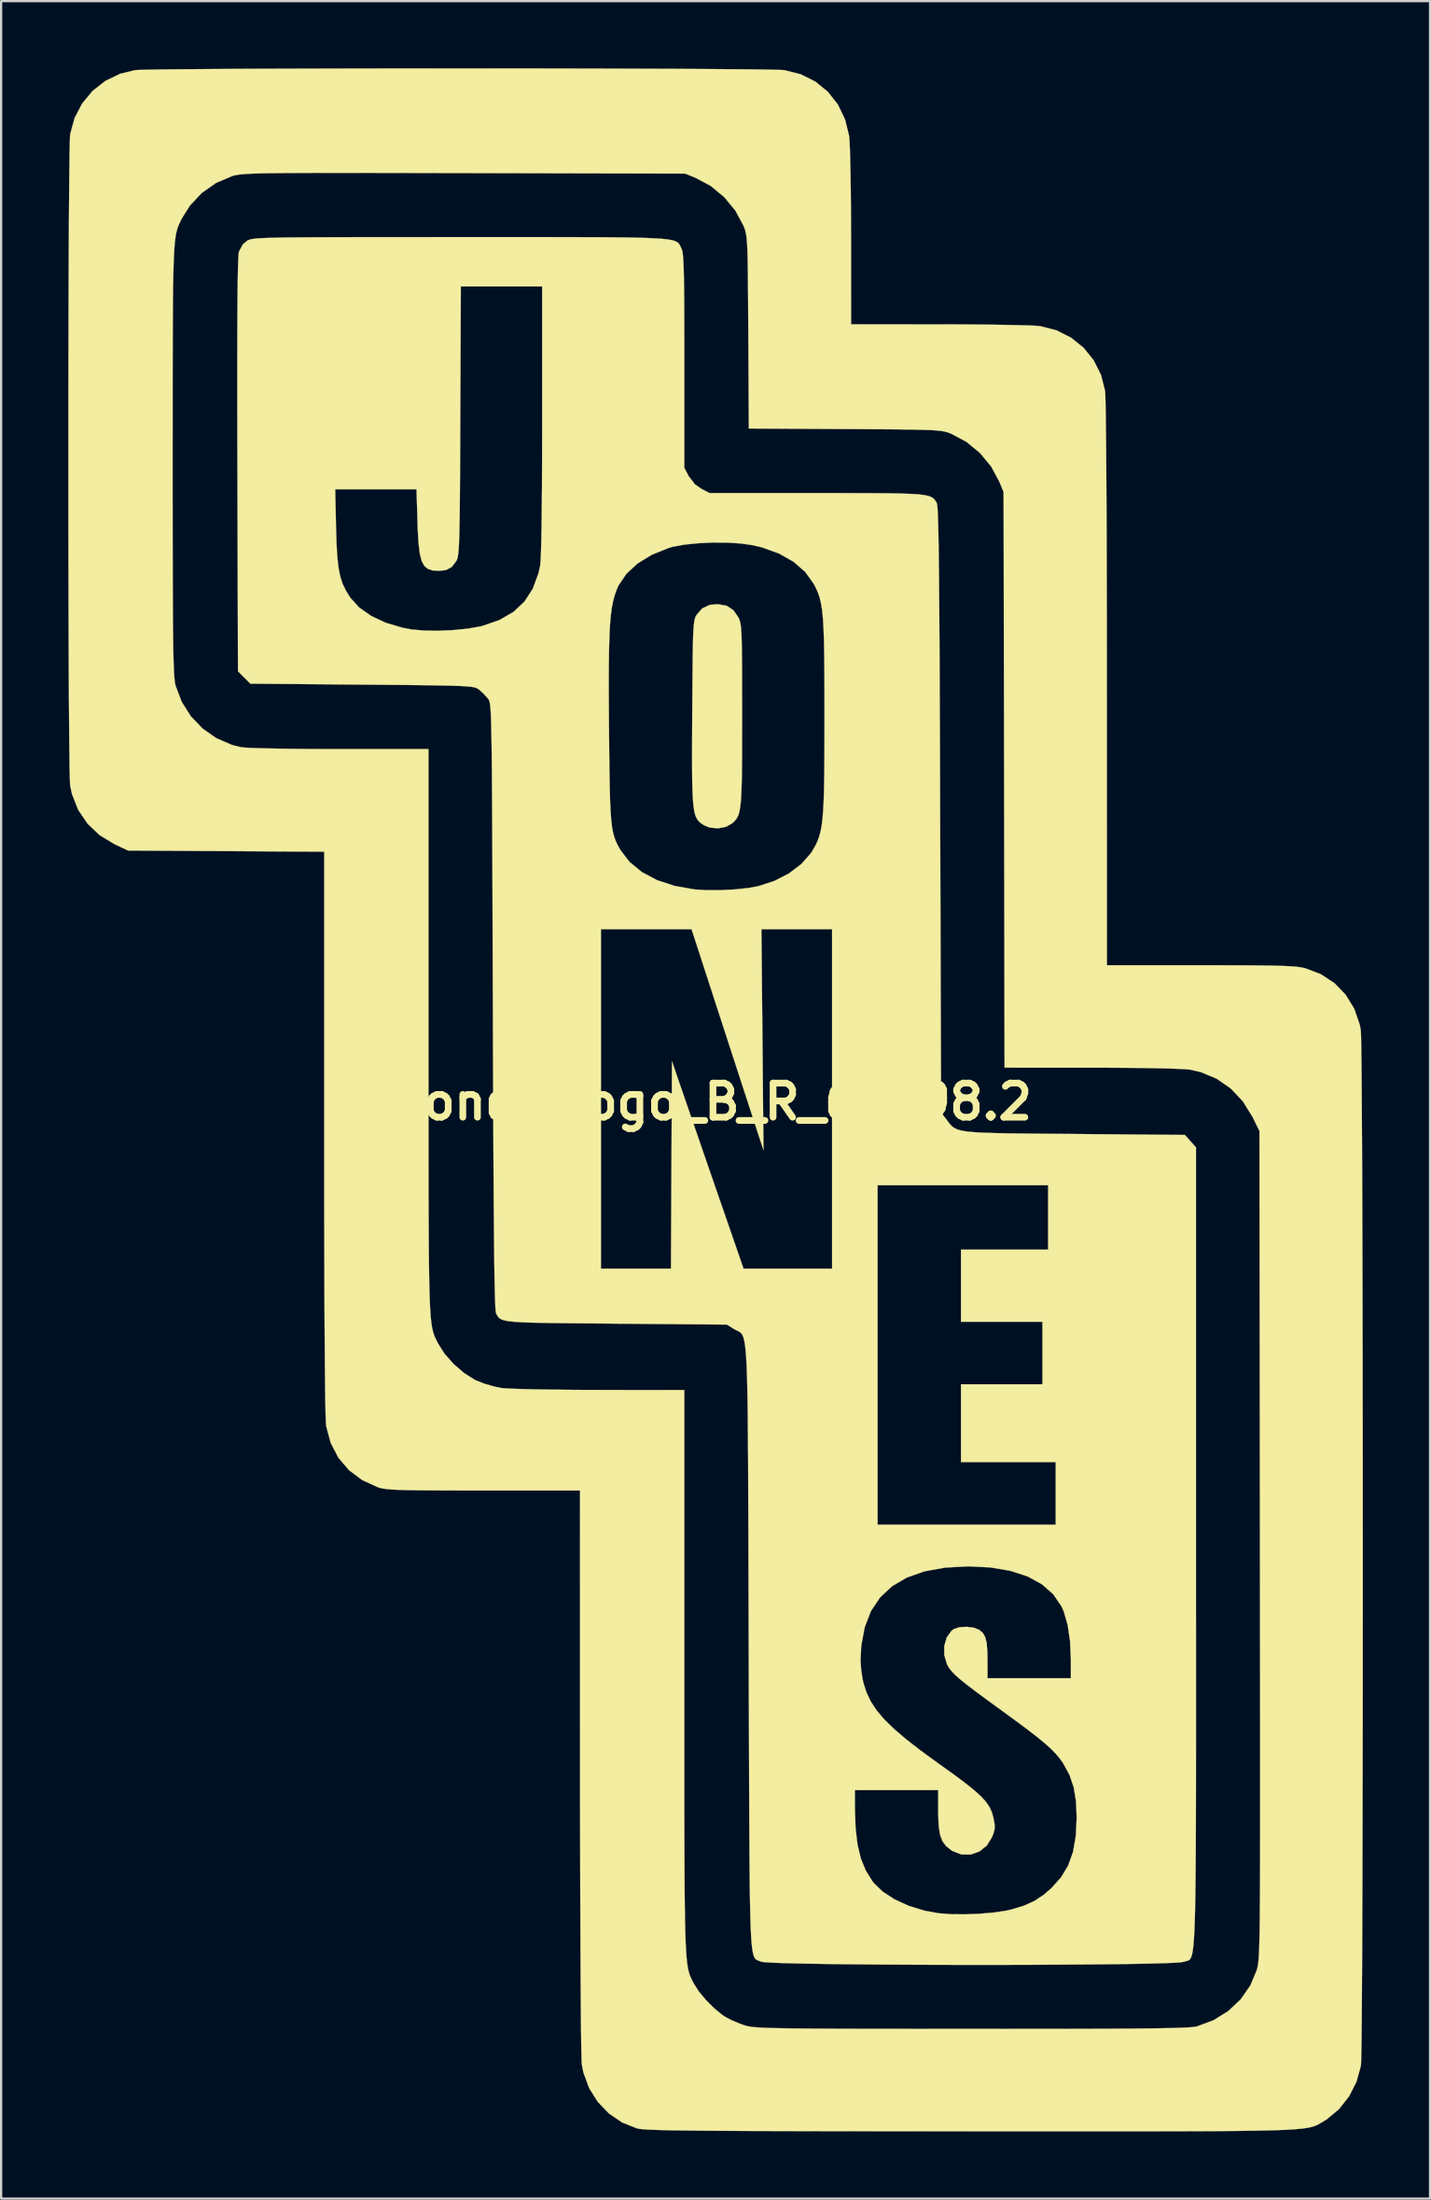
<source format=kicad_pcb>
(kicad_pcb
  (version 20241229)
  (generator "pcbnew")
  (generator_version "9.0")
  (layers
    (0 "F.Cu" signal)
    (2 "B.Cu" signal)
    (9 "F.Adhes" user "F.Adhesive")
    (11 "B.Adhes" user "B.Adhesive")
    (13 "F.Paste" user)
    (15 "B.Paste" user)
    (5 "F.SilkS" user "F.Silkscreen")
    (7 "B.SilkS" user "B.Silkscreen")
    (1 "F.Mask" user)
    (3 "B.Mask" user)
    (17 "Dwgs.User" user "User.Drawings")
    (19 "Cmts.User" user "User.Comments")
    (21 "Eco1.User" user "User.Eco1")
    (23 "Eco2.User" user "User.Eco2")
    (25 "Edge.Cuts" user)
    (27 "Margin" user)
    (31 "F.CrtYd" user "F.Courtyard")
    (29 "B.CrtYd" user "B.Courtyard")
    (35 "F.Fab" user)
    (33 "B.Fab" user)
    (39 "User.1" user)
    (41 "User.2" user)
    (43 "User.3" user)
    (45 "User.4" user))
  (footprint "Jones_logo_B_R_60x98.2"
    (layer "F.Cu")
    (at 28.876 46.145)
    (property "Reference" "Jones_logo_B_R_60x98.2" (at 0 0 0) (layer "F.SilkS") (effects (font (size 1.524 1.524) (thickness 0.3))))
    (attr through_hole)
    (fp_poly (pts (xy 0.536 -22.148) (xy 0.84 -21.95) (xy 1.067 -21.618) (xy 1.104 -21.534) (xy 1.135 -21.438) (xy 1.161 -21.313) (xy 1.181 -21.144) (xy 1.197 -20.915) (xy 1.208 -20.612) (xy 1.217 -20.219) (xy 1.222 -19.721) (xy 1.226 -19.102) (xy 1.227 -18.347) (xy 1.228 -17.441) (xy 1.228 -17.272) (xy 1.227 -16.292) (xy 1.225 -15.466) (xy 1.22 -14.78) (xy 1.21 -14.219) (xy 1.194 -13.768) (xy 1.172 -13.413) (xy 1.141 -13.139) (xy 1.101 -12.93) (xy 1.05 -12.773) (xy 0.987 -12.652) (xy 0.91 -12.552) (xy 0.819 -12.46) (xy 0.805 -12.446) (xy 0.516 -12.279) (xy 0.154 -12.209) (xy -0.217 -12.243) (xy -0.477 -12.349) (xy -0.596 -12.428) (xy -0.695 -12.511) (xy -0.778 -12.613) (xy -0.846 -12.748) (xy -0.899 -12.931) (xy -0.94 -13.175) (xy -0.969 -13.494) (xy -0.989 -13.904) (xy -1.001 -14.417) (xy -1.006 -15.049) (xy -1.006 -15.813) (xy -1.002 -16.723) (xy -0.998 -17.357) (xy -0.992 -18.3) (xy -0.986 -19.088) (xy -0.98 -19.738) (xy -0.972 -20.263) (xy -0.962 -20.678) (xy -0.949 -20.999) (xy -0.933 -21.24) (xy -0.913 -21.417) (xy -0.889 -21.544) (xy -0.86 -21.636) (xy -0.825 -21.709) (xy -0.811 -21.732) (xy -0.556 -22.027) (xy -0.222 -22.184) (xy 0.135 -22.217) (xy 0.536 -22.148)) (stroke (width 0.01) (type solid)) (fill yes) (layer "F.SilkS"))
    (fp_poly (pts (xy -10.596 -46.14) (xy -9.227 -46.139) (xy -7.875 -46.138) (xy -6.551 -46.135) (xy -5.266 -46.133) (xy -4.032 -46.129) (xy -2.858 -46.125) (xy -1.757 -46.121) (xy -0.739 -46.115) (xy 0.184 -46.109) (xy 1.003 -46.103) (xy 1.705 -46.096) (xy 2.281 -46.088) (xy 2.718 -46.079) (xy 3.007 -46.07) (xy 3.126 -46.061) (xy 3.857 -45.875) (xy 4.507 -45.548) (xy 5.061 -45.094) (xy 5.506 -44.528) (xy 5.827 -43.863) (xy 6.007 -43.135) (xy 6.025 -42.926) (xy 6.042 -42.568) (xy 6.057 -42.08) (xy 6.07 -41.482) (xy 6.081 -40.794) (xy 6.088 -40.036) (xy 6.093 -39.227) (xy 6.094 -38.629) (xy 6.096 -34.713) (xy 10.054 -34.712) (xy 10.878 -34.71) (xy 11.666 -34.705) (xy 12.4 -34.697) (xy 13.059 -34.687) (xy 13.624 -34.675) (xy 14.075 -34.661) (xy 14.393 -34.647) (xy 14.541 -34.633) (xy 15.269 -34.447) (xy 15.922 -34.12) (xy 16.483 -33.668) (xy 16.935 -33.108) (xy 17.261 -32.458) (xy 17.444 -31.744) (xy 17.454 -31.591) (xy 17.463 -31.277) (xy 17.472 -30.81) (xy 17.481 -30.199) (xy 17.488 -29.451) (xy 17.496 -28.575) (xy 17.502 -27.58) (xy 17.508 -26.473) (xy 17.513 -25.263) (xy 17.517 -23.958) (xy 17.52 -22.567) (xy 17.523 -21.097) (xy 17.524 -19.556) (xy 17.524 -18.648) (xy 17.526 -6.096) (xy 21.699 -6.096) (xy 22.682 -6.095) (xy 23.51 -6.093) (xy 24.199 -6.088) (xy 24.765 -6.081) (xy 25.221 -6.071) (xy 25.583 -6.057) (xy 25.867 -6.04) (xy 26.086 -6.018) (xy 26.258 -5.991) (xy 26.377 -5.965) (xy 27.081 -5.698) (xy 27.691 -5.298) (xy 28.193 -4.779) (xy 28.574 -4.158) (xy 28.82 -3.449) (xy 28.867 -3.21) (xy 28.875 -3.072) (xy 28.884 -2.773) (xy 28.891 -2.322) (xy 28.899 -1.728) (xy 28.906 -0.999) (xy 28.912 -0.143) (xy 28.918 0.831) (xy 28.924 1.914) (xy 28.929 3.098) (xy 28.934 4.374) (xy 28.938 5.734) (xy 28.942 7.169) (xy 28.946 8.67) (xy 28.949 10.23) (xy 28.951 11.838) (xy 28.953 13.488) (xy 28.955 15.17) (xy 28.956 16.875) (xy 28.957 18.596) (xy 28.958 20.323) (xy 28.958 22.048) (xy 28.957 23.762) (xy 28.956 25.458) (xy 28.955 27.125) (xy 28.953 28.757) (xy 28.95 30.343) (xy 28.948 31.877) (xy 28.944 33.348) (xy 28.941 34.748) (xy 28.936 36.07) (xy 28.932 37.304) (xy 28.927 38.441) (xy 28.921 39.474) (xy 28.915 40.394) (xy 28.909 41.191) (xy 28.902 41.858) (xy 28.894 42.386) (xy 28.886 42.767) (xy 28.878 42.991) (xy 28.873 43.043) (xy 28.679 43.75) (xy 28.348 44.404) (xy 27.901 44.973) (xy 27.359 45.427) (xy 27.226 45.509) (xy 27.13 45.567) (xy 27.042 45.62) (xy 26.956 45.668) (xy 26.862 45.712) (xy 26.755 45.751) (xy 26.625 45.786) (xy 26.466 45.817) (xy 26.269 45.845) (xy 26.028 45.869) (xy 25.733 45.89) (xy 25.378 45.908) (xy 24.955 45.923) (xy 24.457 45.935) (xy 23.874 45.945) (xy 23.201 45.954) (xy 22.429 45.96) (xy 21.55 45.964) (xy 20.557 45.967) (xy 19.442 45.969) (xy 18.197 45.97) (xy 16.816 45.97) (xy 15.289 45.97) (xy 13.61 45.969) (xy 11.77 45.969) (xy 11.433 45.968) (xy 9.564 45.968) (xy 7.856 45.966) (xy 6.303 45.965) (xy 4.897 45.963) (xy 3.631 45.96) (xy 2.499 45.957) (xy 1.491 45.954) (xy 0.602 45.949) (xy -0.176 45.944) (xy -0.85 45.938) (xy -1.429 45.931) (xy -1.918 45.924) (xy -2.326 45.915) (xy -2.659 45.905) (xy -2.926 45.894) (xy -3.132 45.882) (xy -3.287 45.869) (xy -3.396 45.854) (xy -3.456 45.842) (xy -4.128 45.576) (xy -4.722 45.173) (xy -5.221 44.653) (xy -5.607 44.036) (xy -5.861 43.344) (xy -5.931 42.989) (xy -5.941 42.842) (xy -5.949 42.536) (xy -5.958 42.079) (xy -5.966 41.48) (xy -5.973 40.751) (xy -5.98 39.899) (xy -5.986 38.934) (xy -5.992 37.865) (xy -5.997 36.703) (xy -6.001 35.456) (xy -6.005 34.134) (xy -6.007 32.746) (xy -6.009 31.302) (xy -6.01 29.909) (xy -6.011 17.357) (xy -10.314 17.357) (xy -11.295 17.356) (xy -12.121 17.354) (xy -12.807 17.351) (xy -13.369 17.345) (xy -13.821 17.337) (xy -14.178 17.325) (xy -14.456 17.31) (xy -14.668 17.291) (xy -14.83 17.267) (xy -14.956 17.239) (xy -15.034 17.215) (xy -15.742 16.892) (xy -16.336 16.447) (xy -16.809 15.89) (xy -17.151 15.234) (xy -17.351 14.489) (xy -17.353 14.478) (xy -17.366 14.305) (xy -17.379 13.965) (xy -17.39 13.46) (xy -17.4 12.791) (xy -17.409 11.96) (xy -17.417 10.969) (xy -17.424 9.82) (xy -17.43 8.515) (xy -17.434 7.056) (xy -17.438 5.445) (xy -17.44 3.683) (xy -17.441 1.773) (xy -17.441 1.381) (xy -17.441 -11.166) (xy -26.204 -11.218) (xy -26.807 -11.501) (xy -27.469 -11.9) (xy -28.014 -12.416) (xy -28.431 -13.033) (xy -28.708 -13.736) (xy -28.79 -14.112) (xy -28.8 -14.259) (xy -28.809 -14.565) (xy -28.818 -15.017) (xy -28.826 -15.607) (xy -28.834 -16.322) (xy -28.84 -17.152) (xy -28.847 -18.085) (xy -28.852 -19.112) (xy -28.857 -20.22) (xy -28.861 -21.399) (xy -28.864 -22.638) (xy -28.867 -23.927) (xy -28.869 -25.254) (xy -28.87 -26.607) (xy -28.871 -27.978) (xy -28.871 -28.656) (xy -24.214 -28.656) (xy -24.214 -27.155) (xy -24.213 -25.814) (xy -24.212 -24.624) (xy -24.21 -23.574) (xy -24.207 -22.657) (xy -24.203 -21.861) (xy -24.198 -21.179) (xy -24.191 -20.6) (xy -24.183 -20.116) (xy -24.174 -19.716) (xy -24.163 -19.391) (xy -24.15 -19.132) (xy -24.136 -18.93) (xy -24.119 -18.775) (xy -24.101 -18.658) (xy -24.085 -18.587) (xy -23.813 -17.865) (xy -23.406 -17.219) (xy -22.882 -16.669) (xy -22.262 -16.234) (xy -21.567 -15.933) (xy -21.17 -15.833) (xy -20.983 -15.814) (xy -20.643 -15.797) (xy -20.165 -15.782) (xy -19.566 -15.769) (xy -18.861 -15.759) (xy -18.066 -15.752) (xy -17.198 -15.748) (xy -16.752 -15.748) (xy -12.785 -15.748) (xy -12.784 -3.111) (xy -12.784 -1.376) (xy -12.783 0.199) (xy -12.783 1.621) (xy -12.782 2.899) (xy -12.78 4.041) (xy -12.778 5.055) (xy -12.773 5.95) (xy -12.768 6.735) (xy -12.76 7.416) (xy -12.75 8.004) (xy -12.738 8.506) (xy -12.724 8.931) (xy -12.706 9.286) (xy -12.685 9.581) (xy -12.661 9.823) (xy -12.633 10.021) (xy -12.601 10.184) (xy -12.565 10.32) (xy -12.525 10.436) (xy -12.48 10.542) (xy -12.43 10.646) (xy -12.374 10.756) (xy -12.35 10.805) (xy -12.06 11.259) (xy -11.659 11.711) (xy -11.195 12.112) (xy -10.719 12.413) (xy -10.655 12.444) (xy -10.267 12.595) (xy -9.824 12.721) (xy -9.525 12.781) (xy -9.315 12.799) (xy -8.957 12.815) (xy -8.471 12.831) (xy -7.877 12.844) (xy -7.196 12.854) (xy -6.449 12.862) (xy -5.656 12.867) (xy -5.144 12.868) (xy -1.355 12.869) (xy -1.355 25.467) (xy -1.355 27.205) (xy -1.355 28.782) (xy -1.354 30.207) (xy -1.354 31.487) (xy -1.352 32.631) (xy -1.349 33.647) (xy -1.345 34.544) (xy -1.339 35.33) (xy -1.331 36.014) (xy -1.322 36.603) (xy -1.31 37.106) (xy -1.295 37.531) (xy -1.277 37.887) (xy -1.256 38.182) (xy -1.232 38.424) (xy -1.204 38.622) (xy -1.172 38.784) (xy -1.136 38.918) (xy -1.095 39.033) (xy -1.05 39.137) (xy -1 39.238) (xy -0.944 39.345) (xy -0.922 39.388) (xy -0.701 39.731) (xy -0.385 40.11) (xy -0.023 40.473) (xy 0.335 40.768) (xy 0.49 40.87) (xy 0.788 41.022) (xy 1.146 41.171) (xy 1.338 41.239) (xy 1.419 41.262) (xy 1.512 41.284) (xy 1.627 41.302) (xy 1.774 41.319) (xy 1.961 41.333) (xy 2.199 41.346) (xy 2.496 41.357) (xy 2.864 41.366) (xy 3.31 41.373) (xy 3.846 41.379) (xy 4.48 41.384) (xy 5.222 41.388) (xy 6.082 41.391) (xy 7.069 41.393) (xy 8.193 41.394) (xy 9.463 41.395) (xy 10.89 41.396) (xy 11.472 41.396) (xy 13.013 41.397) (xy 14.392 41.396) (xy 15.619 41.395) (xy 16.703 41.392) (xy 17.651 41.389) (xy 18.473 41.384) (xy 19.177 41.378) (xy 19.771 41.371) (xy 20.264 41.362) (xy 20.665 41.352) (xy 20.982 41.34) (xy 21.224 41.327) (xy 21.399 41.312) (xy 21.515 41.294) (xy 21.548 41.287) (xy 22.293 41.008) (xy 22.951 40.599) (xy 23.504 40.077) (xy 23.935 39.458) (xy 24.217 38.788) (xy 24.236 38.723) (xy 24.253 38.654) (xy 24.27 38.575) (xy 24.284 38.479) (xy 24.298 38.359) (xy 24.31 38.208) (xy 24.321 38.02) (xy 24.331 37.787) (xy 24.339 37.504) (xy 24.347 37.162) (xy 24.353 36.755) (xy 24.359 36.277) (xy 24.363 35.72) (xy 24.367 35.077) (xy 24.37 34.343) (xy 24.372 33.509) (xy 24.373 32.57) (xy 24.374 31.518) (xy 24.374 30.347) (xy 24.374 29.05) (xy 24.373 27.619) (xy 24.371 26.048) (xy 24.369 24.331) (xy 24.367 22.46) (xy 24.365 20.429) (xy 24.364 19.765) (xy 24.342 1.304) (xy 24.027 0.667) (xy 23.599 -0.022) (xy 23.062 -0.592) (xy 22.43 -1.03) (xy 21.718 -1.327) (xy 21.251 -1.433) (xy 21.033 -1.455) (xy 20.66 -1.473) (xy 20.148 -1.49) (xy 19.513 -1.503) (xy 18.769 -1.513) (xy 17.932 -1.52) (xy 17.017 -1.523) (xy 16.829 -1.523) (xy 12.956 -1.524) (xy 12.934 -14.372) (xy 12.912 -27.22) (xy 12.722 -27.686) (xy 12.357 -28.364) (xy 11.859 -28.966) (xy 11.257 -29.463) (xy 10.583 -29.824) (xy 10.475 -29.867) (xy 10.368 -29.903) (xy 10.245 -29.933) (xy 10.092 -29.957) (xy 9.894 -29.976) (xy 9.636 -29.992) (xy 9.301 -30.004) (xy 8.875 -30.013) (xy 8.343 -30.021) (xy 7.69 -30.027) (xy 6.899 -30.032) (xy 5.956 -30.038) (xy 5.824 -30.038) (xy 1.53 -30.063) (xy 1.506 -34.356) (xy 1.5 -35.32) (xy 1.495 -36.129) (xy 1.489 -36.799) (xy 1.482 -37.346) (xy 1.473 -37.784) (xy 1.461 -38.13) (xy 1.446 -38.397) (xy 1.427 -38.602) (xy 1.403 -38.76) (xy 1.374 -38.886) (xy 1.339 -38.994) (xy 1.298 -39.102) (xy 1.292 -39.116) (xy 0.927 -39.794) (xy 0.429 -40.396) (xy -0.173 -40.893) (xy -0.847 -41.254) (xy -1.312 -41.444) (xy -11.185 -41.467) (xy -12.689 -41.47) (xy -14.034 -41.473) (xy -15.228 -41.475) (xy -16.281 -41.476) (xy -17.203 -41.476) (xy -18.004 -41.475) (xy -18.692 -41.472) (xy -19.277 -41.469) (xy -19.77 -41.463) (xy -20.178 -41.456) (xy -20.513 -41.448) (xy -20.783 -41.437) (xy -20.998 -41.425) (xy -21.167 -41.41) (xy -21.301 -41.393) (xy -21.407 -41.373) (xy -21.497 -41.352) (xy -21.566 -41.331) (xy -22.28 -41.024) (xy -22.913 -40.579) (xy -23.442 -40.016) (xy -23.794 -39.455) (xy -23.857 -39.33) (xy -23.914 -39.214) (xy -23.964 -39.096) (xy -24.008 -38.968) (xy -24.047 -38.819) (xy -24.081 -38.64) (xy -24.109 -38.42) (xy -24.133 -38.151) (xy -24.153 -37.822) (xy -24.17 -37.424) (xy -24.183 -36.947) (xy -24.193 -36.381) (xy -24.201 -35.717) (xy -24.206 -34.944) (xy -24.21 -34.054) (xy -24.212 -33.036) (xy -24.213 -31.881) (xy -24.213 -30.579) (xy -24.214 -29.12) (xy -24.214 -28.656) (xy -28.871 -28.656) (xy -28.871 -29.353) (xy -28.87 -30.724) (xy -28.869 -32.077) (xy -28.867 -33.404) (xy -28.864 -34.692) (xy -28.861 -35.931) (xy -28.857 -37.109) (xy -28.852 -38.217) (xy -28.847 -39.242) (xy -28.84 -40.175) (xy -28.834 -41.004) (xy -28.826 -41.718) (xy -28.818 -42.306) (xy -28.809 -42.758) (xy -28.8 -43.062) (xy -28.79 -43.207) (xy -28.59 -43.933) (xy -28.25 -44.582) (xy -27.787 -45.137) (xy -27.219 -45.581) (xy -26.562 -45.898) (xy -25.902 -46.061) (xy -25.748 -46.071) (xy -25.437 -46.08) (xy -24.978 -46.089) (xy -24.383 -46.097) (xy -23.662 -46.104) (xy -22.827 -46.11) (xy -21.888 -46.116) (xy -20.857 -46.122) (xy -19.745 -46.126) (xy -18.561 -46.13) (xy -17.319 -46.133) (xy -16.027 -46.136) (xy -14.699 -46.138) (xy -13.343 -46.139) (xy -11.972 -46.14) (xy -10.596 -46.14)) (stroke (width 0.01) (type solid)) (fill yes) (layer "F.SilkS"))
    (fp_poly (pts (xy -7.39 -38.608) (xy -6.36 -38.606) (xy -5.463 -38.604) (xy -4.688 -38.599) (xy -4.027 -38.592) (xy -3.469 -38.582) (xy -3.005 -38.568) (xy -2.627 -38.551) (xy -2.324 -38.529) (xy -2.087 -38.503) (xy -1.908 -38.471) (xy -1.776 -38.433) (xy -1.682 -38.389) (xy -1.617 -38.339) (xy -1.572 -38.281) (xy -1.537 -38.216) (xy -1.503 -38.142) (xy -1.483 -38.103) (xy -1.455 -38.03) (xy -1.431 -37.919) (xy -1.412 -37.757) (xy -1.396 -37.531) (xy -1.383 -37.228) (xy -1.373 -36.834) (xy -1.365 -36.336) (xy -1.36 -35.722) (xy -1.357 -34.977) (xy -1.355 -34.088) (xy -1.355 -33.08) (xy -1.355 -28.305) (xy -1.16 -27.937) (xy -0.882 -27.571) (xy -0.596 -27.373) (xy -0.227 -27.178) (xy 4.547 -27.178) (xy 5.605 -27.178) (xy 6.507 -27.177) (xy 7.266 -27.173) (xy 7.895 -27.167) (xy 8.408 -27.156) (xy 8.817 -27.14) (xy 9.136 -27.118) (xy 9.378 -27.087) (xy 9.557 -27.049) (xy 9.684 -27) (xy 9.774 -26.941) (xy 9.84 -26.869) (xy 9.894 -26.785) (xy 9.925 -26.733) (xy 9.939 -26.676) (xy 9.953 -26.558) (xy 9.966 -26.369) (xy 9.978 -26.104) (xy 9.988 -25.756) (xy 9.998 -25.318) (xy 10.008 -24.784) (xy 10.016 -24.147) (xy 10.024 -23.399) (xy 10.032 -22.535) (xy 10.039 -21.547) (xy 10.046 -20.429) (xy 10.052 -19.174) (xy 10.058 -17.775) (xy 10.065 -16.226) (xy 10.071 -14.519) (xy 10.075 -13.032) (xy 10.118 0.479) (xy 10.355 0.79) (xy 10.447 0.913) (xy 10.531 1.018) (xy 10.619 1.107) (xy 10.725 1.181) (xy 10.862 1.242) (xy 11.044 1.291) (xy 11.284 1.329) (xy 11.595 1.359) (xy 11.991 1.381) (xy 12.486 1.398) (xy 13.092 1.41) (xy 13.822 1.419) (xy 14.691 1.428) (xy 15.712 1.436) (xy 16.073 1.439) (xy 21.011 1.482) (xy 21.258 1.758) (xy 21.505 2.035) (xy 21.505 19.902) (xy 21.505 21.978) (xy 21.506 23.892) (xy 21.506 25.65) (xy 21.506 27.258) (xy 21.506 28.723) (xy 21.505 30.053) (xy 21.503 31.253) (xy 21.5 32.331) (xy 21.496 33.293) (xy 21.491 34.146) (xy 21.483 34.896) (xy 21.475 35.55) (xy 21.464 36.115) (xy 21.45 36.597) (xy 21.435 37.003) (xy 21.416 37.34) (xy 21.395 37.615) (xy 21.371 37.834) (xy 21.344 38.003) (xy 21.313 38.131) (xy 21.279 38.222) (xy 21.241 38.284) (xy 21.199 38.323) (xy 21.152 38.347) (xy 21.101 38.362) (xy 21.046 38.374) (xy 20.986 38.391) (xy 20.952 38.403) (xy 20.817 38.424) (xy 20.527 38.444) (xy 20.095 38.461) (xy 19.534 38.477) (xy 18.86 38.491) (xy 18.084 38.503) (xy 17.22 38.513) (xy 16.282 38.521) (xy 15.284 38.528) (xy 14.238 38.533) (xy 13.159 38.536) (xy 12.059 38.537) (xy 10.953 38.537) (xy 9.854 38.534) (xy 8.775 38.53) (xy 7.73 38.524) (xy 6.732 38.517) (xy 5.795 38.508) (xy 4.932 38.496) (xy 4.158 38.484) (xy 3.484 38.469) (xy 2.926 38.453) (xy 2.496 38.435) (xy 2.207 38.415) (xy 2.075 38.394) (xy 2.073 38.393) (xy 2.007 38.365) (xy 1.947 38.344) (xy 1.893 38.321) (xy 1.844 38.289) (xy 1.8 38.241) (xy 1.761 38.169) (xy 1.727 38.064) (xy 1.696 37.919) (xy 1.67 37.727) (xy 1.646 37.48) (xy 1.627 37.169) (xy 1.61 36.788) (xy 1.595 36.328) (xy 1.583 35.782) (xy 1.573 35.141) (xy 1.565 34.399) (xy 1.558 33.548) (xy 1.552 32.579) (xy 1.547 31.485) (xy 1.544 30.734) (xy 6.265 30.734) (xy 6.268 31.559) (xy 6.297 32.432) (xy 6.384 33.168) (xy 6.534 33.792) (xy 6.753 34.328) (xy 7.048 34.8) (xy 7.111 34.881) (xy 7.508 35.268) (xy 8.039 35.613) (xy 8.672 35.902) (xy 9.374 36.118) (xy 10.009 36.234) (xy 10.549 36.276) (xy 11.175 36.282) (xy 11.831 36.257) (xy 12.461 36.202) (xy 13.009 36.122) (xy 13.238 36.071) (xy 13.819 35.896) (xy 14.288 35.685) (xy 14.706 35.407) (xy 15.052 35.106) (xy 15.48 34.629) (xy 15.798 34.099) (xy 16.014 33.493) (xy 16.137 32.784) (xy 16.177 31.961) (xy 16.146 31.226) (xy 16.043 30.606) (xy 15.856 30.059) (xy 15.579 29.549) (xy 15.429 29.333) (xy 15.252 29.12) (xy 15.033 28.895) (xy 14.753 28.644) (xy 14.397 28.352) (xy 13.949 28.006) (xy 13.391 27.592) (xy 12.795 27.157) (xy 12.171 26.703) (xy 11.671 26.334) (xy 11.279 26.035) (xy 10.979 25.794) (xy 10.757 25.599) (xy 10.597 25.435) (xy 10.483 25.291) (xy 10.401 25.152) (xy 10.38 25.11) (xy 10.262 24.709) (xy 10.26 24.299) (xy 10.368 23.925) (xy 10.576 23.631) (xy 10.688 23.544) (xy 10.936 23.462) (xy 11.262 23.443) (xy 11.587 23.486) (xy 11.819 23.577) (xy 11.979 23.714) (xy 12.088 23.899) (xy 12.154 24.164) (xy 12.185 24.54) (xy 12.192 24.94) (xy 12.192 25.739) (xy 15.917 25.739) (xy 15.916 24.871) (xy 15.879 24.07) (xy 15.773 23.359) (xy 15.603 22.768) (xy 15.497 22.527) (xy 15.128 21.987) (xy 14.621 21.542) (xy 13.982 21.193) (xy 13.214 20.942) (xy 12.322 20.792) (xy 11.345 20.743) (xy 10.299 20.799) (xy 9.38 20.965) (xy 8.59 21.242) (xy 7.927 21.631) (xy 7.392 22.13) (xy 6.984 22.741) (xy 6.704 23.463) (xy 6.551 24.296) (xy 6.52 24.938) (xy 6.544 25.326) (xy 6.605 25.748) (xy 6.65 25.954) (xy 6.784 26.371) (xy 6.973 26.769) (xy 7.228 27.161) (xy 7.564 27.562) (xy 7.995 27.985) (xy 8.532 28.445) (xy 9.19 28.957) (xy 9.982 29.534) (xy 10.075 29.6) (xy 10.71 30.055) (xy 11.217 30.434) (xy 11.613 30.753) (xy 11.912 31.026) (xy 12.131 31.268) (xy 12.284 31.496) (xy 12.387 31.724) (xy 12.452 31.954) (xy 12.508 32.25) (xy 12.511 32.464) (xy 12.455 32.678) (xy 12.395 32.831) (xy 12.157 33.213) (xy 11.827 33.476) (xy 11.44 33.612) (xy 11.028 33.607) (xy 10.625 33.452) (xy 10.575 33.42) (xy 10.341 33.233) (xy 10.177 33.011) (xy 10.071 32.724) (xy 10.012 32.339) (xy 9.991 31.826) (xy 9.991 31.686) (xy 9.991 30.734) (xy 6.265 30.734) (xy 1.544 30.734) (xy 1.542 30.259) (xy 1.538 28.892) (xy 1.533 27.377) (xy 1.528 25.705) (xy 1.524 24.384) (xy 1.519 22.587) (xy 1.514 20.951) (xy 1.51 19.469) (xy 1.505 18.133) (xy 1.501 16.936) (xy 1.496 15.869) (xy 1.489 14.925) (xy 1.482 14.096) (xy 1.472 13.374) (xy 1.461 12.752) (xy 1.447 12.222) (xy 1.43 11.775) (xy 1.41 11.405) (xy 1.386 11.104) (xy 1.359 10.863) (xy 1.327 10.675) (xy 1.291 10.533) (xy 1.25 10.428) (xy 1.203 10.353) (xy 1.151 10.3) (xy 1.093 10.261) (xy 1.029 10.229) (xy 0.957 10.195) (xy 0.879 10.153) (xy 0.87 10.147) (xy 0.55 9.948) (xy -4.411 9.906) (xy -5.468 9.897) (xy -6.369 9.889) (xy -7.126 9.88) (xy -7.754 9.87) (xy -8.265 9.858) (xy -8.672 9.841) (xy -8.988 9.82) (xy -9.227 9.793) (xy -9.401 9.759) (xy -9.524 9.717) (xy -9.609 9.665) (xy -9.669 9.603) (xy -9.716 9.529) (xy -9.762 9.447) (xy -9.777 9.382) (xy -9.79 9.235) (xy -9.802 8.998) (xy -9.814 8.668) (xy -9.824 8.236) (xy -9.834 7.699) (xy -9.844 7.049) (xy -9.852 6.282) (xy -9.86 5.39) (xy -9.868 4.369) (xy -9.875 3.212) (xy -9.882 1.913) (xy -9.889 0.467) (xy -9.895 -1.133) (xy -9.902 -2.891) (xy -9.906 -4.248) (xy -9.912 -6.018) (xy -9.917 -7.626) (xy -9.917 -7.705) (xy -5.08 -7.705) (xy -5.08 7.451) (xy -1.949 7.451) (xy -1.905 -1.807) (xy -1.34 -0.162) (xy -1.173 0.32) (xy -0.963 0.93) (xy -0.72 1.633) (xy -0.457 2.397) (xy -0.183 3.189) (xy 0.089 3.975) (xy 0.259 4.466) (xy 1.292 7.451) (xy 5.249 7.451) (xy 5.249 3.725) (xy 7.281 3.725) (xy 7.281 18.881) (xy 15.24 18.881) (xy 15.24 16.087) (xy 11.007 16.087) (xy 11.007 12.615) (xy 14.647 12.615) (xy 14.647 9.821) (xy 11.007 9.821) (xy 11.007 6.604) (xy 14.901 6.604) (xy 14.901 3.725) (xy 7.281 3.725) (xy 5.249 3.725) (xy 5.249 -7.705) (xy 2.091 -7.705) (xy 2.137 -2.773) (xy 2.183 2.159) (xy 1.437 -0.127) (xy 1.207 -0.83) (xy 0.942 -1.645) (xy 0.655 -2.525) (xy 0.364 -3.421) (xy 0.082 -4.285) (xy -0.169 -5.059) (xy -1.029 -7.705) (xy -5.08 -7.705) (xy -9.917 -7.705) (xy -9.922 -9.081) (xy -9.926 -10.39) (xy -9.931 -11.561) (xy -9.936 -12.602) (xy -9.941 -13.521) (xy -9.946 -14.326) (xy -9.952 -15.025) (xy -9.958 -15.625) (xy -9.966 -16.134) (xy -9.974 -16.561) (xy -9.982 -16.912) (xy -9.993 -17.197) (xy -10.004 -17.423) (xy -10.016 -17.597) (xy -10.03 -17.728) (xy -10.046 -17.823) (xy -10.063 -17.891) (xy -10.082 -17.939) (xy -10.104 -17.975) (xy -10.123 -18.001) (xy -10.325 -18.227) (xy -10.531 -18.41) (xy -10.584 -18.446) (xy -10.647 -18.478) (xy -10.732 -18.504) (xy -10.854 -18.526) (xy -11.026 -18.545) (xy -11.26 -18.56) (xy -11.57 -18.573) (xy -11.97 -18.584) (xy -12.474 -18.593) (xy -13.093 -18.602) (xy -13.842 -18.61) (xy -14.734 -18.618) (xy -15.753 -18.627) (xy -20.74 -18.669) (xy -20.83 -18.759) (xy -4.73 -18.759) (xy -4.727 -17.81) (xy -4.72 -16.707) (xy -4.719 -16.679) (xy -4.71 -15.671) (xy -4.7 -14.817) (xy -4.688 -14.1) (xy -4.672 -13.506) (xy -4.651 -13.019) (xy -4.623 -12.622) (xy -4.587 -12.301) (xy -4.541 -12.04) (xy -4.484 -11.823) (xy -4.415 -11.635) (xy -4.331 -11.459) (xy -4.232 -11.281) (xy -4.209 -11.241) (xy -3.798 -10.705) (xy -3.249 -10.255) (xy -2.573 -9.897) (xy -1.78 -9.636) (xy -0.897 -9.481) (xy -0.355 -9.446) (xy 0.267 -9.447) (xy 0.906 -9.481) (xy 1.498 -9.544) (xy 1.947 -9.625) (xy 2.671 -9.86) (xy 3.324 -10.197) (xy 3.878 -10.619) (xy 4.31 -11.107) (xy 4.523 -11.472) (xy 4.606 -11.661) (xy 4.676 -11.856) (xy 4.734 -12.072) (xy 4.782 -12.325) (xy 4.821 -12.628) (xy 4.851 -12.999) (xy 4.874 -13.451) (xy 4.89 -13.999) (xy 4.901 -14.66) (xy 4.907 -15.447) (xy 4.91 -16.376) (xy 4.911 -17.252) (xy 4.91 -18.308) (xy 4.906 -19.209) (xy 4.899 -19.972) (xy 4.886 -20.61) (xy 4.867 -21.14) (xy 4.841 -21.577) (xy 4.805 -21.936) (xy 4.759 -22.232) (xy 4.702 -22.48) (xy 4.633 -22.695) (xy 4.549 -22.893) (xy 4.45 -23.089) (xy 4.425 -23.135) (xy 4.043 -23.665) (xy 3.519 -24.117) (xy 2.867 -24.485) (xy 2.101 -24.759) (xy 1.702 -24.853) (xy 1.177 -24.928) (xy 0.56 -24.966) (xy -0.101 -24.969) (xy -0.758 -24.938) (xy -1.364 -24.875) (xy -1.87 -24.782) (xy -2.043 -24.733) (xy -2.802 -24.427) (xy -3.438 -24.039) (xy -3.938 -23.579) (xy -4.292 -23.055) (xy -4.39 -22.832) (xy -4.47 -22.598) (xy -4.537 -22.343) (xy -4.593 -22.054) (xy -4.638 -21.716) (xy -4.673 -21.313) (xy -4.699 -20.831) (xy -4.716 -20.254) (xy -4.726 -19.569) (xy -4.73 -18.759) (xy -20.83 -18.759) (xy -21.294 -19.223) (xy -21.316 -27.347) (xy -16.951 -27.347) (xy -16.914 -25.633) (xy -16.891 -24.903) (xy -16.856 -24.315) (xy -16.802 -23.84) (xy -16.724 -23.451) (xy -16.616 -23.12) (xy -16.471 -22.82) (xy -16.286 -22.522) (xy -16.272 -22.502) (xy -15.878 -22.068) (xy -15.345 -21.693) (xy -14.695 -21.389) (xy -13.951 -21.168) (xy -13.538 -21.09) (xy -13 -21.04) (xy -12.365 -21.03) (xy -11.693 -21.059) (xy -11.049 -21.123) (xy -10.493 -21.218) (xy -10.373 -21.247) (xy -9.61 -21.512) (xy -8.983 -21.875) (xy -8.487 -22.342) (xy -8.116 -22.92) (xy -7.864 -23.613) (xy -7.795 -23.929) (xy -7.775 -24.125) (xy -7.758 -24.486) (xy -7.743 -25.008) (xy -7.73 -25.687) (xy -7.72 -26.519) (xy -7.712 -27.498) (xy -7.707 -28.622) (xy -7.705 -29.885) (xy -7.705 -30.411) (xy -7.705 -36.407) (xy -11.338 -36.407) (xy -11.363 -30.416) (xy -11.368 -29.259) (xy -11.373 -28.258) (xy -11.378 -27.403) (xy -11.384 -26.681) (xy -11.392 -26.08) (xy -11.4 -25.587) (xy -11.41 -25.192) (xy -11.422 -24.881) (xy -11.437 -24.643) (xy -11.454 -24.466) (xy -11.474 -24.337) (xy -11.498 -24.244) (xy -11.525 -24.176) (xy -11.537 -24.154) (xy -11.741 -23.881) (xy -12.004 -23.741) (xy -12.319 -23.707) (xy -12.594 -23.725) (xy -12.808 -23.794) (xy -12.971 -23.93) (xy -13.089 -24.153) (xy -13.171 -24.481) (xy -13.226 -24.931) (xy -13.261 -25.523) (xy -13.273 -25.882) (xy -13.317 -27.347) (xy -16.951 -27.347) (xy -21.316 -27.347) (xy -21.319 -28.428) (xy -21.323 -30.044) (xy -21.325 -31.494) (xy -21.325 -32.785) (xy -21.323 -33.92) (xy -21.32 -34.904) (xy -21.315 -35.743) (xy -21.308 -36.44) (xy -21.298 -37.001) (xy -21.287 -37.43) (xy -21.274 -37.731) (xy -21.259 -37.91) (xy -21.251 -37.956) (xy -21.075 -38.285) (xy -20.887 -38.442) (xy -20.841 -38.468) (xy -20.785 -38.491) (xy -20.711 -38.512) (xy -20.609 -38.529) (xy -20.468 -38.545) (xy -20.28 -38.558) (xy -20.035 -38.569) (xy -19.723 -38.579) (xy -19.334 -38.587) (xy -18.859 -38.593) (xy -18.289 -38.598) (xy -17.613 -38.601) (xy -16.822 -38.604) (xy -15.906 -38.606) (xy -14.856 -38.607) (xy -13.662 -38.607) (xy -12.315 -38.608) (xy -11.362 -38.608) (xy -9.881 -38.608) (xy -8.56 -38.608) (xy -7.39 -38.608)) (stroke (width 0.01) (type solid)) (fill yes) (layer "F.SilkS")))
  (gr_rect
    (start -3 -3)
    (end 60.839 95.12)
    (stroke (width 0.1) (type default))
    (fill no)
    (layer "Edge.Cuts")))
</source>
